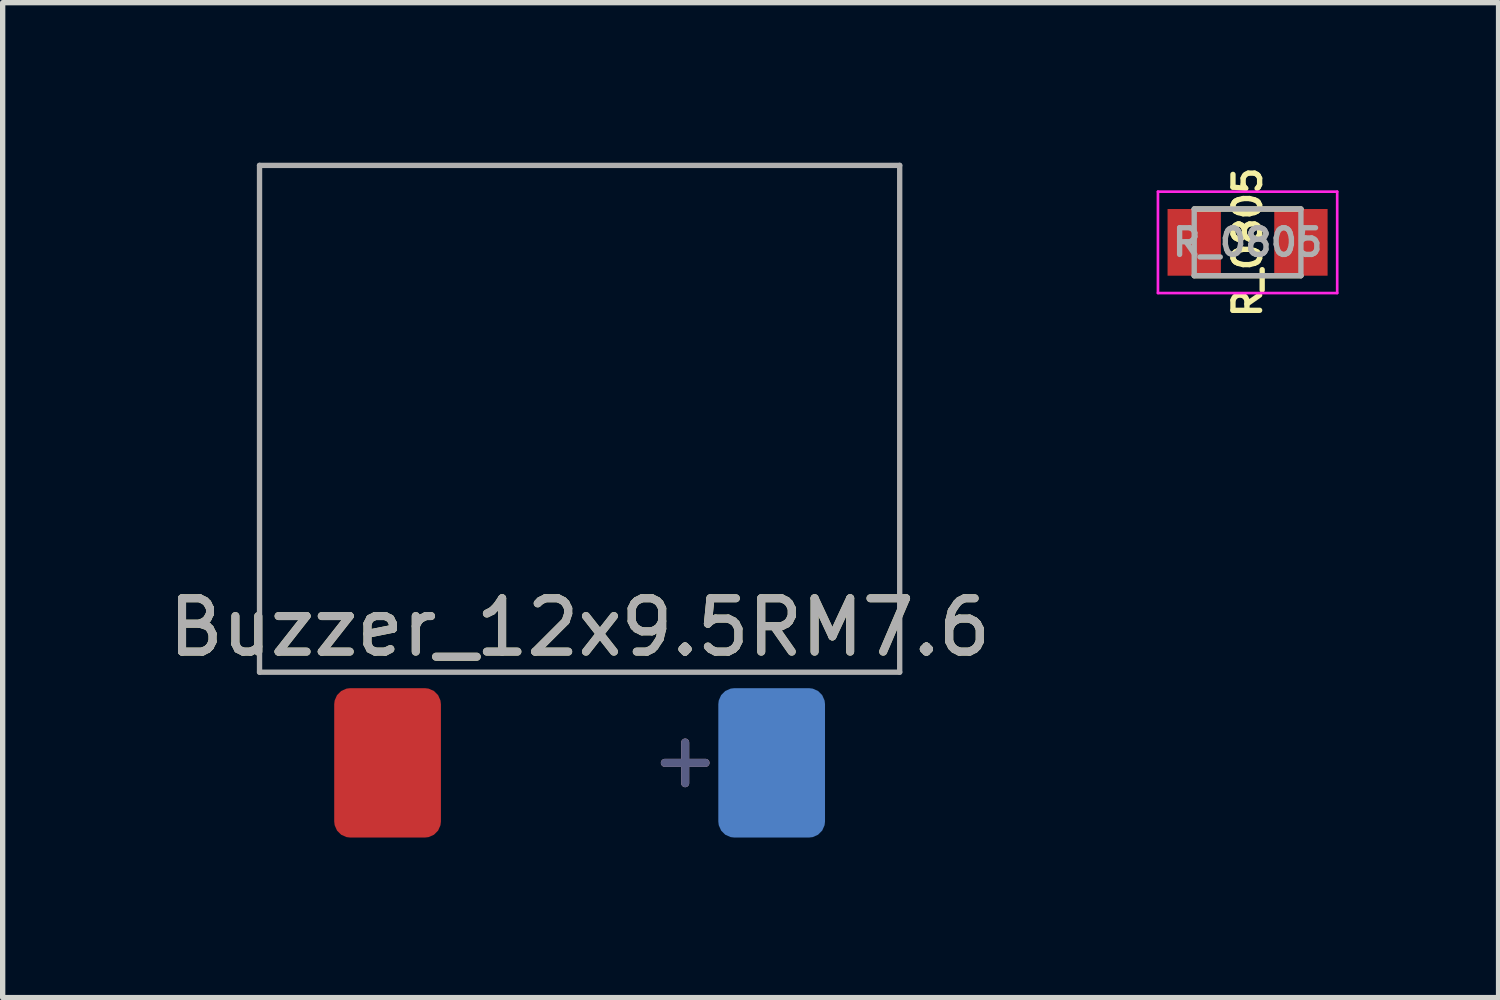
<source format=kicad_pcb>
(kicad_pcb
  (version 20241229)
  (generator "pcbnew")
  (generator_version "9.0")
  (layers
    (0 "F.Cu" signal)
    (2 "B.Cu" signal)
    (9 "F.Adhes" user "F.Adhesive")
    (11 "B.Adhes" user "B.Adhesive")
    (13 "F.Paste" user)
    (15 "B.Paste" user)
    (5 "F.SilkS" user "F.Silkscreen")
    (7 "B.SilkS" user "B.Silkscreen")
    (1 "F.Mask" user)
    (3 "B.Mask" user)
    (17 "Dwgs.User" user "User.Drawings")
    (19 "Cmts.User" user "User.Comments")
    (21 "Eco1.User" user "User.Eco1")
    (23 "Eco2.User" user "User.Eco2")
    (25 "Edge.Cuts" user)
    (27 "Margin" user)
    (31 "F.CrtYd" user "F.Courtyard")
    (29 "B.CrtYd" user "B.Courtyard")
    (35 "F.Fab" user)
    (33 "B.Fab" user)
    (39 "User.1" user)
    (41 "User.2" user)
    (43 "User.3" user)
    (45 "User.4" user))
  (footprint "R_0805"
    (layer "F.Cu")
    (at 20.336 1.493)
    (property "Reference" "R_0805" (at 0 0 90) (layer "F.SilkS") (effects (font (size 0.5 0.5) (thickness 0.1))))
    (attr smd)
    (fp_line (start -1 -0.625) (end 1 -0.625) (stroke (width 0.1) (type solid)) (layer "F.SilkS"))
    (fp_line (start -1 0.625) (end 1 0.625) (stroke (width 0.1) (type solid)) (layer "F.SilkS"))
    (fp_line (start -1.68 -0.95) (end 1.68 -0.95) (stroke (width 0.05) (type solid)) (layer "F.CrtYd"))
    (fp_line (start -1.68 0.95) (end -1.68 -0.95) (stroke (width 0.05) (type solid)) (layer "F.CrtYd"))
    (fp_line (start 1.68 -0.95) (end 1.68 0.95) (stroke (width 0.05) (type solid)) (layer "F.CrtYd"))
    (fp_line (start 1.68 0.95) (end -1.68 0.95) (stroke (width 0.05) (type solid)) (layer "F.CrtYd"))
    (fp_line (start -1 -0.625) (end -1 0.625) (stroke (width 0.1) (type solid)) (layer "F.Fab"))
    (fp_line (start -1 -0.625) (end 1 -0.625) (stroke (width 0.1) (type solid)) (layer "F.Fab"))
    (fp_line (start -1 0.625) (end 1 0.625) (stroke (width 0.1) (type solid)) (layer "F.Fab"))
    (fp_line (start 1 -0.625) (end 1 0.625) (stroke (width 0.1) (type solid)) (layer "F.Fab"))
    (fp_text user "${REFERENCE}" (at 0 0 0) (layer "F.Fab") (effects (font (size 0.5 0.5) (thickness 0.1))))
    (pad "1" smd rect (at -1 0) (size 1 1.25) (layers "F.Cu" "F.Mask" "F.Paste"))
    (pad "2" smd rect (at 1 0) (size 1 1.25) (layers "F.Cu" "F.Mask" "F.Paste")))
  (footprint "Buzzer_12x9.5RM7.6"
    (layer "F.Cu")
    (at 7.815 11.25)
    (property "Reference" "Buzzer_12x9.5RM7.6" (at 0 -2.54 0) (layer "F.SilkS") (effects (font (size 1 1) (thickness 0.15))))
    (attr through_hole)
    (fp_line (start -6 -11.2) (end 6 -11.2) (stroke (width 0.1) (type solid)) (layer "F.Fab"))
    (fp_line (start -6 -1.7) (end -6 -11.2) (stroke (width 0.1) (type solid)) (layer "F.Fab"))
    (fp_line (start 6 -11.2) (end 6 -1.7) (stroke (width 0.1) (type solid)) (layer "F.Fab"))
    (fp_line (start 6 -1.7) (end -6 -1.7) (stroke (width 0.1) (type solid)) (layer "F.Fab"))
    (fp_text user "+" (at 1.905 0 90) (layer "B.SilkS") (effects (font (size 1 1) (thickness 0.15)) (justify mirror)))
    (fp_text user "+" (at 1.905 0 90) (layer "B.Fab") (effects (font (size 1 1) (thickness 0.15)) (justify mirror)))
    (fp_text user "${REFERENCE}" (at 0 -2.54 0) (layer "F.Fab") (effects (font (size 1 1) (thickness 0.15))))
    (pad "1" smd roundrect (at 3.6 0) (size 2 2.8) (layers "B.Cu" "B.Mask" "B.Paste") (roundrect_rratio 0.15))
    (pad "2" smd roundrect (at -3.6 0) (size 2 2.8) (layers "F.Cu" "F.Mask" "F.Paste") (roundrect_rratio 0.15)))
  (gr_rect
    (start -3 -3)
    (end 25.041 15.65)
    (stroke (width 0.1) (type default))
    (fill no)
    (layer "Edge.Cuts")))
</source>
